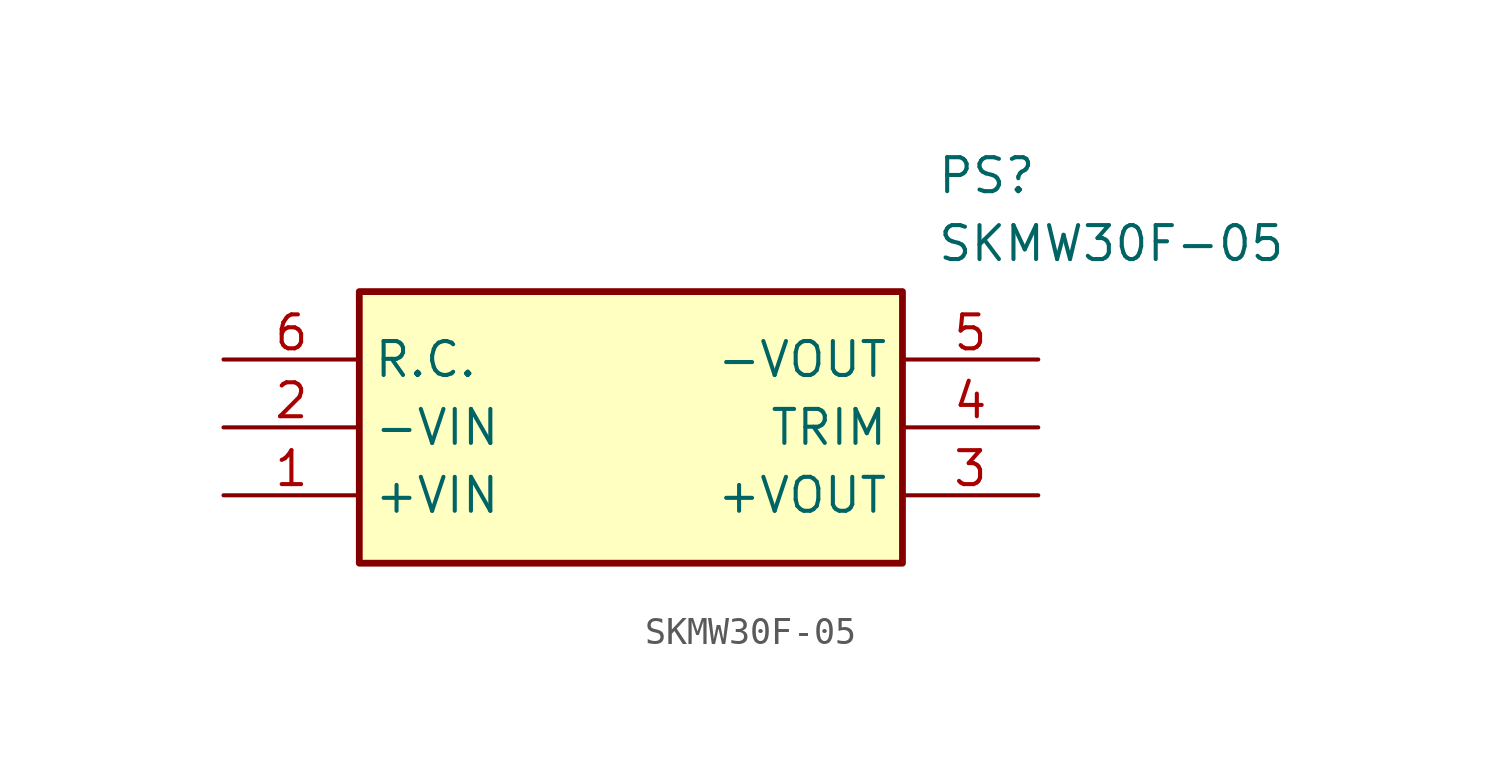
<source format=kicad_sym>
(kicad_symbol_lib
  (version 20211014)
  (generator SamacSys_ECAD_Model)
  (symbol "SKMW30F-05"
    (property "Reference" "PS"
      (at 26.67 7.62 0)
      (effects (font (size 1.27 1.27)) (justify left top)))
    (property "Value" "SKMW30F-05"
      (at 26.67 5.08 0)
      (effects (font (size 1.27 1.27)) (justify left top)))
    (rectangle
      (start 5.08 2.54)
      (end 25.4 -7.62)
      (stroke (width 0.254) (type default))
      (fill (type background)))
    (pin passive line
      (at 0 -5.08 0)
      (length 5.08)
      (name "+VIN" (effects (font (size 1.27 1.27))))
      (number "1" (effects (font (size 1.27 1.27)))))
    (pin passive line
      (at 0 -2.54 0)
      (length 5.08)
      (name "-VIN" (effects (font (size 1.27 1.27))))
      (number "2" (effects (font (size 1.27 1.27)))))
    (pin passive line
      (at 30.48 -5.08 180)
      (length 5.08)
      (name "+VOUT" (effects (font (size 1.27 1.27))))
      (number "3" (effects (font (size 1.27 1.27)))))
    (pin passive line
      (at 30.48 -2.54 180)
      (length 5.08)
      (name "TRIM" (effects (font (size 1.27 1.27))))
      (number "4" (effects (font (size 1.27 1.27)))))
    (pin passive line
      (at 30.48 0 180)
      (length 5.08)
      (name "-VOUT" (effects (font (size 1.27 1.27))))
      (number "5" (effects (font (size 1.27 1.27)))))
    (pin passive line
      (at 0 0 0)
      (length 5.08)
      (name "R.C." (effects (font (size 1.27 1.27))))
      (number "6" (effects (font (size 1.27 1.27)))))))
</source>
